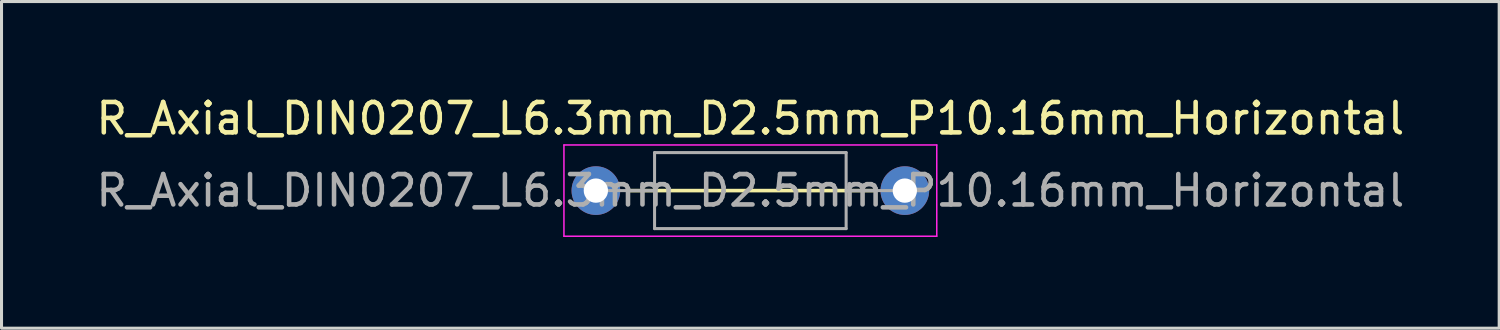
<source format=kicad_pcb>
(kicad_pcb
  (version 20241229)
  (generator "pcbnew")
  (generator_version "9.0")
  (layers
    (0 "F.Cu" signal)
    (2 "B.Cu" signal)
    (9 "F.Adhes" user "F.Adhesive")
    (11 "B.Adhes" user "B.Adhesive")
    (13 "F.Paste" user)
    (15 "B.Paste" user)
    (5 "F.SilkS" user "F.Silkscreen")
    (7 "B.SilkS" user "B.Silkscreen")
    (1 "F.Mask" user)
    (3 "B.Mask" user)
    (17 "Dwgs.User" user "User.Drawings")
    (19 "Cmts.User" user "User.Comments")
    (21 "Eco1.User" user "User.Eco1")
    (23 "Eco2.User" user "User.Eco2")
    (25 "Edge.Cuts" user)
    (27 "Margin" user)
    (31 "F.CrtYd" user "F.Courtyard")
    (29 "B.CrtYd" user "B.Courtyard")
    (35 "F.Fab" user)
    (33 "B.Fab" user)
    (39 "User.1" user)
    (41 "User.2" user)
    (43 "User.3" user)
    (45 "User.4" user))
  (footprint "R_Axial_DIN0207_L6.3mm_D2.5mm_P10.16mm_Horizontal"
    (layer "F.Cu")
    (at 16.545 3.218)
    (property "Reference" "R_Axial_DIN0207_L6.3mm_D2.5mm_P10.16mm_Horizontal" (at 5.08 -2.37 0) (layer "F.SilkS") (effects (font (size 1 1) (thickness 0.15))))
    (attr through_hole)
    (fp_line (start 1.04 0) (end 9.12 0) (stroke (width 0.12) (type solid)) (layer "F.SilkS"))
    (fp_line (start -1.05 -1.5) (end -1.05 1.5) (stroke (width 0.05) (type solid)) (layer "F.CrtYd"))
    (fp_line (start -1.05 1.5) (end 11.21 1.5) (stroke (width 0.05) (type solid)) (layer "F.CrtYd"))
    (fp_line (start 11.21 -1.5) (end -1.05 -1.5) (stroke (width 0.05) (type solid)) (layer "F.CrtYd"))
    (fp_line (start 11.21 1.5) (end 11.21 -1.5) (stroke (width 0.05) (type solid)) (layer "F.CrtYd"))
    (fp_line (start 0 0) (end 1.93 0) (stroke (width 0.1) (type solid)) (layer "F.Fab"))
    (fp_line (start 1.93 -1.25) (end 1.93 1.25) (stroke (width 0.1) (type solid)) (layer "F.Fab"))
    (fp_line (start 1.93 1.25) (end 8.23 1.25) (stroke (width 0.1) (type solid)) (layer "F.Fab"))
    (fp_line (start 8.23 -1.25) (end 1.93 -1.25) (stroke (width 0.1) (type solid)) (layer "F.Fab"))
    (fp_line (start 8.23 1.25) (end 8.23 -1.25) (stroke (width 0.1) (type solid)) (layer "F.Fab"))
    (fp_line (start 10.16 0) (end 8.23 0) (stroke (width 0.1) (type solid)) (layer "F.Fab"))
    (fp_text user "${REFERENCE}" (at 5.08 0 0) (layer "F.Fab") (effects (font (size 1 1) (thickness 0.15))))
    (pad "1" thru_hole circle (at 0 0) (size 1.6 1.6) (drill 0.8) (layers "*.Cu" "*.Mask"))
    (pad "2" thru_hole oval (at 10.16 0) (size 1.6 1.6) (drill 0.8) (layers "*.Cu" "*.Mask")))
  (gr_rect
    (start -3 -3)
    (end 46.25 7.743)
    (stroke (width 0.1) (type default))
    (fill no)
    (layer "Edge.Cuts")))
</source>
